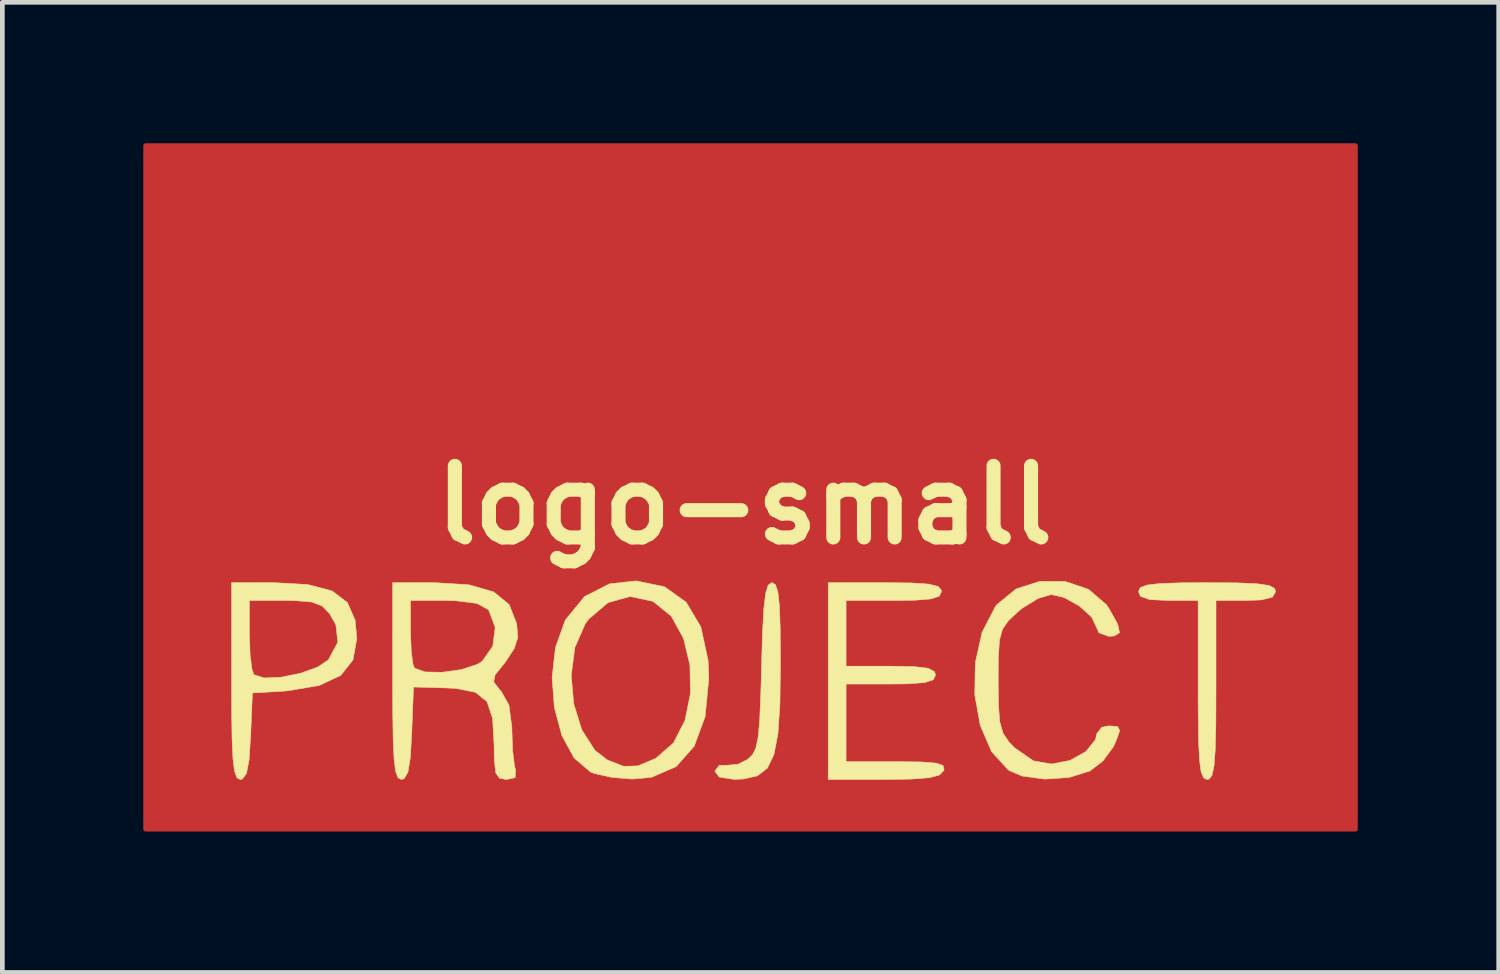
<source format=kicad_pcb>
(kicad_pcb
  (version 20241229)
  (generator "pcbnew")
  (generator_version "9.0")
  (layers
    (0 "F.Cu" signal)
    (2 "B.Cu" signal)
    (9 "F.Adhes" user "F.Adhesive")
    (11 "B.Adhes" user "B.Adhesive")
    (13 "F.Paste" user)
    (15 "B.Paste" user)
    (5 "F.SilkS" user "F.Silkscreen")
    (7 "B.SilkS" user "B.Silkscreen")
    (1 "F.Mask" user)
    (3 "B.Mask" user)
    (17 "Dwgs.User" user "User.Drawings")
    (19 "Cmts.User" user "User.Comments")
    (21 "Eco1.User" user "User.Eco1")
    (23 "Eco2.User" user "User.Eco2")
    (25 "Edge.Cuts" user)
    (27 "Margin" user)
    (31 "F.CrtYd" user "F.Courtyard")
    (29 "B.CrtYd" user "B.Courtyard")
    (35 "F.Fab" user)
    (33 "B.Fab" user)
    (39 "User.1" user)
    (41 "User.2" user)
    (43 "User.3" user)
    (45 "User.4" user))
  (footprint "logo-small"
    (layer "F.Cu")
    (at 12.8 7.7)
    (property "Reference" "logo-small" (at 0 0 0) (layer "F.SilkS") (effects (font (size 1.524 1.524) (thickness 0.3))))
    (attr through_hole)
    (fp_poly (pts (xy -12.75 -7.65) (xy 13 -7.65) (xy 13 6.9) (xy -12.75 6.9)) (stroke (width 0.1) (type solid)) (fill yes) (layer "F.Cu"))
    (fp_poly (pts (xy 7.62 -5.588) (xy 6.223 -5.588) (xy 6.223 -4.064) (xy 7.62 -4.064) (xy 7.62 -3.175) (xy 6.223 -3.175) (xy 6.223 -1.27) (xy 7.823 -1.27) (xy 7.719 -0.381) (xy 5.207 -0.381) (xy 5.207 -6.477) (xy 7.62 -6.477) (xy 7.62 -5.588)) (stroke (width 0.01) (type solid)) (fill yes) (layer "F.Mask"))
    (fp_poly (pts (xy 7.62 -5.588) (xy 6.223 -5.588) (xy 6.223 -4.064) (xy 7.62 -4.064) (xy 7.62 -3.175) (xy 6.223 -3.175) (xy 6.223 -1.27) (xy 7.823 -1.27) (xy 7.719 -0.381) (xy 5.207 -0.381) (xy 5.207 -6.477) (xy 7.62 -6.477) (xy 7.62 -5.588)) (stroke (width 0.01) (type solid)) (fill yes) (layer "F.Mask"))
    (fp_poly (pts (xy 2.694 -5.183) (xy 2.731 -3.889) (xy 3.247 -5.151) (xy 3.764 -6.413) (xy 4.295 -6.453) (xy 4.621 -6.461) (xy 4.808 -6.436) (xy 4.826 -6.418) (xy 4.773 -6.28) (xy 4.63 -5.968) (xy 4.421 -5.536) (xy 4.273 -5.236) (xy 3.721 -4.128) (xy 4.323 -2.248) (xy 4.925 -0.368) (xy 4.403 -0.406) (xy 3.882 -0.445) (xy 3.529 -1.587) (xy 3.331 -2.228) (xy 3.192 -2.658) (xy 3.097 -2.906) (xy 3.027 -3.004) (xy 2.965 -2.982) (xy 2.895 -2.871) (xy 2.853 -2.794) (xy 2.751 -2.463) (xy 2.688 -1.933) (xy 2.671 -1.429) (xy 2.667 -0.381) (xy 1.651 -0.381) (xy 1.651 -6.477) (xy 2.658 -6.477) (xy 2.694 -5.183)) (stroke (width 0.01) (type solid)) (fill yes) (layer "F.Mask"))
    (fp_poly (pts (xy 2.694 -5.183) (xy 2.731 -3.889) (xy 3.247 -5.151) (xy 3.764 -6.413) (xy 4.295 -6.453) (xy 4.621 -6.461) (xy 4.808 -6.436) (xy 4.826 -6.418) (xy 4.773 -6.28) (xy 4.63 -5.968) (xy 4.421 -5.536) (xy 4.273 -5.236) (xy 3.721 -4.128) (xy 4.323 -2.248) (xy 4.925 -0.368) (xy 4.403 -0.406) (xy 3.882 -0.445) (xy 3.529 -1.587) (xy 3.331 -2.228) (xy 3.192 -2.658) (xy 3.097 -2.906) (xy 3.027 -3.004) (xy 2.965 -2.982) (xy 2.895 -2.871) (xy 2.853 -2.794) (xy 2.751 -2.463) (xy 2.688 -1.933) (xy 2.671 -1.429) (xy 2.667 -0.381) (xy 1.651 -0.381) (xy 1.651 -6.477) (xy 2.658 -6.477) (xy 2.694 -5.183)) (stroke (width 0.01) (type solid)) (fill yes) (layer "F.Mask"))
    (fp_poly (pts (xy 9.421 -5.207) (xy 9.549 -4.68) (xy 9.662 -4.26) (xy 9.746 -3.999) (xy 9.779 -3.938) (xy 9.832 -4.053) (xy 9.925 -4.365) (xy 10.044 -4.82) (xy 10.137 -5.207) (xy 10.432 -6.477) (xy 10.931 -6.477) (xy 11.246 -6.468) (xy 11.419 -6.447) (xy 11.43 -6.439) (xy 11.394 -6.311) (xy 11.294 -5.982) (xy 11.142 -5.492) (xy 10.952 -4.882) (xy 10.795 -4.381) (xy 10.546 -3.572) (xy 10.37 -2.946) (xy 10.256 -2.447) (xy 10.191 -2.02) (xy 10.163 -1.61) (xy 10.16 -1.372) (xy 10.16 -0.381) (xy 9.271 -0.381) (xy 9.271 -1.539) (xy 9.262 -2.037) (xy 9.228 -2.468) (xy 9.155 -2.899) (xy 9.03 -3.398) (xy 8.84 -4.032) (xy 8.7 -4.472) (xy 8.497 -5.108) (xy 8.327 -5.658) (xy 8.201 -6.079) (xy 8.135 -6.323) (xy 8.128 -6.362) (xy 8.241 -6.435) (xy 8.521 -6.474) (xy 8.627 -6.477) (xy 9.126 -6.477) (xy 9.421 -5.207)) (stroke (width 0.01) (type solid)) (fill yes) (layer "F.Mask"))
    (fp_poly (pts (xy 9.421 -5.207) (xy 9.549 -4.68) (xy 9.662 -4.26) (xy 9.746 -3.999) (xy 9.779 -3.938) (xy 9.832 -4.053) (xy 9.925 -4.365) (xy 10.044 -4.82) (xy 10.137 -5.207) (xy 10.432 -6.477) (xy 10.931 -6.477) (xy 11.246 -6.468) (xy 11.419 -6.447) (xy 11.43 -6.439) (xy 11.394 -6.311) (xy 11.294 -5.982) (xy 11.142 -5.492) (xy 10.952 -4.882) (xy 10.795 -4.381) (xy 10.546 -3.572) (xy 10.37 -2.946) (xy 10.256 -2.447) (xy 10.191 -2.02) (xy 10.163 -1.61) (xy 10.16 -1.372) (xy 10.16 -0.381) (xy 9.271 -0.381) (xy 9.271 -1.539) (xy 9.262 -2.037) (xy 9.228 -2.468) (xy 9.155 -2.899) (xy 9.03 -3.398) (xy 8.84 -4.032) (xy 8.7 -4.472) (xy 8.497 -5.108) (xy 8.327 -5.658) (xy 8.201 -6.079) (xy 8.135 -6.323) (xy 8.128 -6.362) (xy 8.241 -6.435) (xy 8.521 -6.474) (xy 8.627 -6.477) (xy 9.126 -6.477) (xy 9.421 -5.207)) (stroke (width 0.01) (type solid)) (fill yes) (layer "F.Mask"))
    (fp_poly (pts (xy -3.542 -6.412) (xy -3.143 -6.102) (xy -2.794 -5.711) (xy -2.794 -3.562) (xy -2.8 -2.658) (xy -2.822 -1.972) (xy -2.866 -1.468) (xy -2.939 -1.109) (xy -3.048 -0.86) (xy -3.198 -0.684) (xy -3.328 -0.588) (xy -3.754 -0.411) (xy -4.283 -0.319) (xy -4.771 -0.335) (xy -4.79 -0.339) (xy -5.175 -0.541) (xy -5.495 -0.943) (xy -5.717 -1.494) (xy -5.785 -1.847) (xy -5.833 -2.441) (xy -5.848 -3.125) (xy -5.838 -3.623) (xy -4.823 -3.623) (xy -4.82 -2.97) (xy -4.803 -2.358) (xy -4.772 -1.848) (xy -4.727 -1.497) (xy -4.695 -1.389) (xy -4.467 -1.191) (xy -4.255 -1.143) (xy -3.954 -1.24) (xy -3.814 -1.389) (xy -3.762 -1.618) (xy -3.723 -2.041) (xy -3.698 -2.6) (xy -3.686 -3.235) (xy -3.689 -3.888) (xy -3.706 -4.5) (xy -3.737 -5.01) (xy -3.782 -5.361) (xy -3.814 -5.469) (xy -4.043 -5.669) (xy -4.35 -5.701) (xy -4.622 -5.567) (xy -4.695 -5.469) (xy -4.747 -5.24) (xy -4.786 -4.817) (xy -4.811 -4.258) (xy -4.823 -3.623) (xy -5.838 -3.623) (xy -5.834 -3.843) (xy -5.793 -4.536) (xy -5.729 -5.147) (xy -5.645 -5.618) (xy -5.549 -5.886) (xy -5.141 -6.303) (xy -4.628 -6.533) (xy -4.074 -6.572) (xy -3.542 -6.412)) (stroke (width 0.01) (type solid)) (fill yes) (layer "F.Mask"))
    (fp_poly (pts (xy -3.542 -6.412) (xy -3.143 -6.102) (xy -2.794 -5.711) (xy -2.794 -3.562) (xy -2.8 -2.658) (xy -2.822 -1.972) (xy -2.866 -1.468) (xy -2.939 -1.109) (xy -3.048 -0.86) (xy -3.198 -0.684) (xy -3.328 -0.588) (xy -3.754 -0.411) (xy -4.283 -0.319) (xy -4.771 -0.335) (xy -4.79 -0.339) (xy -5.175 -0.541) (xy -5.495 -0.943) (xy -5.717 -1.494) (xy -5.785 -1.847) (xy -5.833 -2.441) (xy -5.848 -3.125) (xy -5.838 -3.623) (xy -4.823 -3.623) (xy -4.82 -2.97) (xy -4.803 -2.358) (xy -4.772 -1.848) (xy -4.727 -1.497) (xy -4.695 -1.389) (xy -4.467 -1.191) (xy -4.255 -1.143) (xy -3.954 -1.24) (xy -3.814 -1.389) (xy -3.762 -1.618) (xy -3.723 -2.041) (xy -3.698 -2.6) (xy -3.686 -3.235) (xy -3.689 -3.888) (xy -3.706 -4.5) (xy -3.737 -5.01) (xy -3.782 -5.361) (xy -3.814 -5.469) (xy -4.043 -5.669) (xy -4.35 -5.701) (xy -4.622 -5.567) (xy -4.695 -5.469) (xy -4.747 -5.24) (xy -4.786 -4.817) (xy -4.811 -4.258) (xy -4.823 -3.623) (xy -5.838 -3.623) (xy -5.834 -3.843) (xy -5.793 -4.536) (xy -5.729 -5.147) (xy -5.645 -5.618) (xy -5.549 -5.886) (xy -5.141 -6.303) (xy -4.628 -6.533) (xy -4.074 -6.572) (xy -3.542 -6.412)) (stroke (width 0.01) (type solid)) (fill yes) (layer "F.Mask"))
    (fp_poly (pts (xy 0.141 -6.412) (xy 0.54 -6.102) (xy 0.889 -5.711) (xy 0.889 -3.562) (xy 0.883 -2.658) (xy 0.861 -1.972) (xy 0.817 -1.468) (xy 0.744 -1.109) (xy 0.635 -0.86) (xy 0.485 -0.684) (xy 0.355 -0.588) (xy -0.071 -0.411) (xy -0.6 -0.319) (xy -1.088 -0.335) (xy -1.107 -0.339) (xy -1.492 -0.541) (xy -1.812 -0.943) (xy -2.034 -1.494) (xy -2.102 -1.847) (xy -2.15 -2.441) (xy -2.165 -3.125) (xy -2.159 -3.429) (xy -1.143 -3.429) (xy -1.134 -2.754) (xy -1.109 -2.16) (xy -1.072 -1.699) (xy -1.025 -1.424) (xy -1.012 -1.389) (xy -0.784 -1.191) (xy -0.572 -1.143) (xy -0.271 -1.24) (xy -0.131 -1.389) (xy -0.083 -1.602) (xy -0.043 -2.017) (xy -0.014 -2.58) (xy -0.001 -3.238) (xy 0 -3.429) (xy -0.009 -4.104) (xy -0.034 -4.698) (xy -0.071 -5.159) (xy -0.118 -5.434) (xy -0.131 -5.469) (xy -0.36 -5.669) (xy -0.667 -5.701) (xy -0.939 -5.567) (xy -1.012 -5.469) (xy -1.06 -5.256) (xy -1.1 -4.841) (xy -1.129 -4.278) (xy -1.142 -3.62) (xy -1.143 -3.429) (xy -2.159 -3.429) (xy -2.151 -3.843) (xy -2.11 -4.536) (xy -2.046 -5.147) (xy -1.962 -5.618) (xy -1.866 -5.886) (xy -1.458 -6.303) (xy -0.945 -6.533) (xy -0.391 -6.572) (xy 0.141 -6.412)) (stroke (width 0.01) (type solid)) (fill yes) (layer "F.Mask"))
    (fp_poly (pts (xy 0.141 -6.412) (xy 0.54 -6.102) (xy 0.889 -5.711) (xy 0.889 -3.562) (xy 0.883 -2.658) (xy 0.861 -1.972) (xy 0.817 -1.468) (xy 0.744 -1.109) (xy 0.635 -0.86) (xy 0.485 -0.684) (xy 0.355 -0.588) (xy -0.071 -0.411) (xy -0.6 -0.319) (xy -1.088 -0.335) (xy -1.107 -0.339) (xy -1.492 -0.541) (xy -1.812 -0.943) (xy -2.034 -1.494) (xy -2.102 -1.847) (xy -2.15 -2.441) (xy -2.165 -3.125) (xy -2.159 -3.429) (xy -1.143 -3.429) (xy -1.134 -2.754) (xy -1.109 -2.16) (xy -1.072 -1.699) (xy -1.025 -1.424) (xy -1.012 -1.389) (xy -0.784 -1.191) (xy -0.572 -1.143) (xy -0.271 -1.24) (xy -0.131 -1.389) (xy -0.083 -1.602) (xy -0.043 -2.017) (xy -0.014 -2.58) (xy -0.001 -3.238) (xy 0 -3.429) (xy -0.009 -4.104) (xy -0.034 -4.698) (xy -0.071 -5.159) (xy -0.118 -5.434) (xy -0.131 -5.469) (xy -0.36 -5.669) (xy -0.667 -5.701) (xy -0.939 -5.567) (xy -1.012 -5.469) (xy -1.06 -5.256) (xy -1.1 -4.841) (xy -1.129 -4.278) (xy -1.142 -3.62) (xy -1.143 -3.429) (xy -2.159 -3.429) (xy -2.151 -3.843) (xy -2.11 -4.536) (xy -2.046 -5.147) (xy -1.962 -5.618) (xy -1.866 -5.886) (xy -1.458 -6.303) (xy -0.945 -6.533) (xy -0.391 -6.572) (xy 0.141 -6.412)) (stroke (width 0.01) (type solid)) (fill yes) (layer "F.Mask"))
    (fp_poly (pts (xy -8.413 -6.46) (xy -8.321 -6.39) (xy -8.246 -6.236) (xy -8.178 -5.966) (xy -8.107 -5.548) (xy -8.023 -4.95) (xy -7.916 -4.139) (xy -7.89 -3.937) (xy -7.805 -3.314) (xy -7.737 -2.879) (xy -7.679 -2.643) (xy -7.626 -2.613) (xy -7.574 -2.799) (xy -7.516 -3.21) (xy -7.448 -3.855) (xy -7.364 -4.743) (xy -7.354 -4.858) (xy -7.205 -6.477) (xy -6.717 -6.477) (xy -6.404 -6.463) (xy -6.28 -6.387) (xy -6.284 -6.196) (xy -6.297 -6.128) (xy -6.336 -5.9) (xy -6.406 -5.465) (xy -6.501 -4.864) (xy -6.613 -4.142) (xy -6.736 -3.341) (xy -6.771 -3.111) (xy -7.177 -0.445) (xy -7.645 -0.406) (xy -7.817 -0.388) (xy -7.946 -0.389) (xy -8.044 -0.441) (xy -8.122 -0.575) (xy -8.191 -0.824) (xy -8.262 -1.218) (xy -8.346 -1.791) (xy -8.453 -2.573) (xy -8.492 -2.857) (xy -8.581 -3.489) (xy -8.652 -3.916) (xy -8.712 -4.132) (xy -8.771 -4.129) (xy -8.837 -3.899) (xy -8.918 -3.436) (xy -9.023 -2.732) (xy -9.078 -2.349) (xy -9.184 -1.607) (xy -9.266 -1.079) (xy -9.338 -0.729) (xy -9.413 -0.521) (xy -9.506 -0.417) (xy -9.631 -0.383) (xy -9.804 -0.381) (xy -9.849 -0.381) (xy -10.159 -0.422) (xy -10.336 -0.521) (xy -10.345 -0.54) (xy -10.375 -0.7) (xy -10.432 -1.067) (xy -10.512 -1.597) (xy -10.607 -2.245) (xy -10.711 -2.967) (xy -10.818 -3.718) (xy -10.922 -4.454) (xy -11.015 -5.131) (xy -11.093 -5.703) (xy -11.149 -6.127) (xy -11.175 -6.357) (xy -11.177 -6.382) (xy -11.063 -6.441) (xy -10.782 -6.475) (xy -10.668 -6.477) (xy -10.309 -6.44) (xy -10.161 -6.336) (xy -10.158 -6.318) (xy -10.145 -6.087) (xy -10.111 -5.681) (xy -10.062 -5.152) (xy -10.003 -4.552) (xy -9.939 -3.935) (xy -9.877 -3.353) (xy -9.821 -2.859) (xy -9.777 -2.505) (xy -9.751 -2.344) (xy -9.749 -2.34) (xy -9.719 -2.443) (xy -9.665 -2.755) (xy -9.594 -3.234) (xy -9.514 -3.836) (xy -9.476 -4.133) (xy -9.373 -4.954) (xy -9.293 -5.557) (xy -9.222 -5.976) (xy -9.151 -6.243) (xy -9.068 -6.394) (xy -8.962 -6.46) (xy -8.821 -6.477) (xy -8.69 -6.477) (xy -8.533 -6.478) (xy -8.413 -6.46)) (stroke (width 0.01) (type solid)) (fill yes) (layer "F.Mask"))
    (fp_poly (pts (xy -8.39 -6.477) (xy -8.298 -6.407) (xy -8.223 -6.254) (xy -8.155 -5.984) (xy -8.085 -5.566) (xy -8.001 -4.968) (xy -7.894 -4.157) (xy -7.867 -3.955) (xy -7.783 -3.331) (xy -7.714 -2.897) (xy -7.656 -2.66) (xy -7.603 -2.63) (xy -7.551 -2.816) (xy -7.493 -3.228) (xy -7.425 -3.873) (xy -7.342 -4.761) (xy -7.331 -4.875) (xy -7.182 -6.495) (xy -6.694 -6.495) (xy -6.381 -6.481) (xy -6.258 -6.405) (xy -6.262 -6.213) (xy -6.274 -6.145) (xy -6.313 -5.918) (xy -6.383 -5.482) (xy -6.478 -4.882) (xy -6.59 -4.159) (xy -6.713 -3.358) (xy -6.748 -3.129) (xy -7.154 -0.462) (xy -7.623 -0.423) (xy -7.794 -0.406) (xy -7.923 -0.407) (xy -8.021 -0.459) (xy -8.099 -0.593) (xy -8.168 -0.842) (xy -8.239 -1.236) (xy -8.323 -1.808) (xy -8.431 -2.59) (xy -8.47 -2.875) (xy -8.559 -3.507) (xy -8.629 -3.934) (xy -8.69 -4.15) (xy -8.748 -4.147) (xy -8.814 -3.917) (xy -8.895 -3.454) (xy -9 -2.75) (xy -9.055 -2.367) (xy -9.162 -1.625) (xy -9.244 -1.097) (xy -9.315 -0.747) (xy -9.39 -0.538) (xy -9.483 -0.435) (xy -9.609 -0.401) (xy -9.781 -0.398) (xy -9.826 -0.399) (xy -10.136 -0.439) (xy -10.314 -0.539) (xy -10.323 -0.557) (xy -10.352 -0.717) (xy -10.41 -1.085) (xy -10.489 -1.615) (xy -10.584 -2.263) (xy -10.688 -2.985) (xy -10.795 -3.736) (xy -10.899 -4.472) (xy -10.993 -5.148) (xy -11.071 -5.721) (xy -11.126 -6.144) (xy -11.152 -6.375) (xy -11.154 -6.399) (xy -11.041 -6.459) (xy -10.759 -6.492) (xy -10.645 -6.495) (xy -10.286 -6.458) (xy -10.138 -6.353) (xy -10.136 -6.336) (xy -10.122 -6.105) (xy -10.088 -5.699) (xy -10.039 -5.169) (xy -9.98 -4.57) (xy -9.917 -3.952) (xy -9.854 -3.37) (xy -9.799 -2.876) (xy -9.755 -2.523) (xy -9.728 -2.362) (xy -9.726 -2.358) (xy -9.696 -2.461) (xy -9.642 -2.773) (xy -9.572 -3.251) (xy -9.491 -3.854) (xy -9.453 -4.15) (xy -9.351 -4.972) (xy -9.27 -5.575) (xy -9.2 -5.993) (xy -9.129 -6.261) (xy -9.046 -6.411) (xy -8.939 -6.478) (xy -8.799 -6.495) (xy -8.668 -6.495) (xy -8.51 -6.496) (xy -8.39 -6.477)) (stroke (width 0.01) (type solid)) (fill yes) (layer "F.Mask"))
    (fp_poly (pts (xy 0.656 1.694) (xy 0.707 1.846) (xy 0.74 2.143) (xy 0.757 2.62) (xy 0.762 3.313) (xy 0.762 3.374) (xy 0.751 4.231) (xy 0.709 4.867) (xy 0.624 5.312) (xy 0.483 5.601) (xy 0.274 5.763) (xy -0.018 5.831) (xy -0.222 5.84) (xy -0.541 5.791) (xy -0.635 5.663) (xy -0.54 5.537) (xy -0.413 5.542) (xy -0.143 5.517) (xy 0.064 5.414) (xy 0.165 5.318) (xy 0.238 5.174) (xy 0.287 4.941) (xy 0.32 4.573) (xy 0.343 4.03) (xy 0.359 3.44) (xy 0.38 2.711) (xy 0.408 2.202) (xy 0.447 1.878) (xy 0.5 1.706) (xy 0.573 1.651) (xy 0.581 1.651) (xy 0.656 1.694)) (stroke (width 0.01) (type solid)) (fill yes) (layer "F.SilkS"))
    (fp_poly (pts (xy 10.484 1.656) (xy 10.911 1.675) (xy 11.163 1.712) (xy 11.28 1.774) (xy 11.303 1.841) (xy 11.235 1.961) (xy 11 2.02) (xy 10.668 2.032) (xy 10.033 2.032) (xy 10.033 3.937) (xy 10.03 4.683) (xy 10.017 5.21) (xy 9.991 5.553) (xy 9.949 5.749) (xy 9.888 5.832) (xy 9.842 5.842) (xy 9.768 5.807) (xy 9.715 5.68) (xy 9.681 5.425) (xy 9.661 5.007) (xy 9.653 4.39) (xy 9.652 3.937) (xy 9.652 2.032) (xy 9.017 2.032) (xy 8.618 2.012) (xy 8.423 1.941) (xy 8.382 1.841) (xy 8.421 1.758) (xy 8.564 1.702) (xy 8.852 1.669) (xy 9.323 1.654) (xy 9.842 1.651) (xy 10.484 1.656)) (stroke (width 0.01) (type solid)) (fill yes) (layer "F.SilkS"))
    (fp_poly (pts (xy 3.56 1.658) (xy 3.924 1.683) (xy 4.119 1.733) (xy 4.188 1.814) (xy 4.191 1.841) (xy 4.143 1.939) (xy 3.97 1.998) (xy 3.625 2.026) (xy 3.175 2.032) (xy 2.159 2.032) (xy 2.159 3.429) (xy 3.111 3.429) (xy 3.614 3.439) (xy 3.909 3.475) (xy 4.042 3.546) (xy 4.064 3.619) (xy 4.014 3.72) (xy 3.834 3.779) (xy 3.477 3.806) (xy 3.111 3.81) (xy 2.159 3.81) (xy 2.159 5.461) (xy 3.235 5.461) (xy 3.761 5.468) (xy 4.077 5.493) (xy 4.224 5.544) (xy 4.244 5.63) (xy 4.237 5.652) (xy 4.148 5.745) (xy 3.937 5.803) (xy 3.561 5.833) (xy 2.975 5.842) (xy 2.971 5.842) (xy 1.778 5.842) (xy 1.778 1.651) (xy 2.985 1.651) (xy 3.56 1.658)) (stroke (width 0.01) (type solid)) (fill yes) (layer "F.SilkS"))
    (fp_poly (pts (xy -9.297 1.692) (xy -8.783 1.827) (xy -8.456 2.074) (xy -8.29 2.452) (xy -8.255 2.844) (xy -8.337 3.298) (xy -8.597 3.626) (xy -9.052 3.84) (xy -9.724 3.954) (xy -9.906 3.967) (xy -10.477 4) (xy -10.515 4.921) (xy -10.548 5.423) (xy -10.603 5.713) (xy -10.691 5.833) (xy -10.737 5.842) (xy -10.807 5.805) (xy -10.857 5.673) (xy -10.891 5.411) (xy -10.911 4.988) (xy -10.92 4.369) (xy -10.922 3.747) (xy -10.922 2.032) (xy -10.541 2.032) (xy -10.541 2.773) (xy -10.526 3.189) (xy -10.486 3.498) (xy -10.446 3.611) (xy -10.23 3.68) (xy -9.873 3.665) (xy -9.465 3.583) (xy -9.097 3.453) (xy -8.86 3.294) (xy -8.858 3.291) (xy -8.659 2.918) (xy -8.702 2.546) (xy -8.834 2.314) (xy -8.989 2.151) (xy -9.213 2.065) (xy -9.583 2.034) (xy -9.786 2.032) (xy -10.541 2.032) (xy -10.922 2.032) (xy -10.922 1.651) (xy -10.027 1.651) (xy -9.297 1.692)) (stroke (width 0.01) (type solid)) (fill yes) (layer "F.SilkS"))
    (fp_poly (pts (xy -1.705 1.739) (xy -1.244 2.069) (xy -0.932 2.594) (xy -0.778 3.307) (xy -0.762 3.682) (xy -0.841 4.504) (xy -1.074 5.134) (xy -1.457 5.567) (xy -1.985 5.796) (xy -2.398 5.833) (xy -2.826 5.797) (xy -3.192 5.717) (xy -3.28 5.683) (xy -3.63 5.384) (xy -3.89 4.907) (xy -4.05 4.314) (xy -4.099 3.668) (xy -4.093 3.621) (xy -3.691 3.621) (xy -3.639 4.228) (xy -3.467 4.784) (xy -3.187 5.221) (xy -2.921 5.426) (xy -2.573 5.561) (xy -2.273 5.552) (xy -1.897 5.393) (xy -1.889 5.389) (xy -1.515 5.063) (xy -1.27 4.583) (xy -1.154 4.01) (xy -1.165 3.408) (xy -1.302 2.839) (xy -1.563 2.365) (xy -1.949 2.051) (xy -1.952 2.05) (xy -2.438 1.946) (xy -2.91 2.078) (xy -3.319 2.428) (xy -3.395 2.531) (xy -3.614 3.033) (xy -3.691 3.621) (xy -4.093 3.621) (xy -4.027 3.031) (xy -3.824 2.466) (xy -3.807 2.434) (xy -3.407 1.947) (xy -2.876 1.676) (xy -2.31 1.614) (xy -1.705 1.739)) (stroke (width 0.01) (type solid)) (fill yes) (layer "F.SilkS"))
    (fp_poly (pts (xy 6.825 1.626) (xy 7.32 1.794) (xy 7.702 2.123) (xy 7.753 2.199) (xy 7.942 2.538) (xy 7.98 2.718) (xy 7.867 2.787) (xy 7.747 2.794) (xy 7.541 2.719) (xy 7.493 2.613) (xy 7.387 2.387) (xy 7.126 2.151) (xy 6.801 1.969) (xy 6.525 1.905) (xy 6.247 1.987) (xy 5.913 2.193) (xy 5.812 2.276) (xy 5.611 2.466) (xy 5.489 2.642) (xy 5.425 2.871) (xy 5.401 3.221) (xy 5.397 3.733) (xy 5.403 4.271) (xy 5.432 4.623) (xy 5.5 4.856) (xy 5.624 5.04) (xy 5.743 5.166) (xy 6.147 5.445) (xy 6.531 5.512) (xy 6.926 5.436) (xy 7.265 5.245) (xy 7.468 4.992) (xy 7.493 4.87) (xy 7.599 4.731) (xy 7.747 4.699) (xy 7.938 4.714) (xy 7.985 4.802) (xy 7.902 5.031) (xy 7.849 5.147) (xy 7.622 5.452) (xy 7.348 5.661) (xy 6.906 5.799) (xy 6.388 5.834) (xy 5.903 5.768) (xy 5.616 5.644) (xy 5.256 5.249) (xy 5.015 4.692) (xy 4.898 4.04) (xy 4.909 3.358) (xy 5.053 2.71) (xy 5.335 2.164) (xy 5.37 2.117) (xy 5.778 1.785) (xy 6.287 1.622) (xy 6.825 1.626)) (stroke (width 0.01) (type solid)) (fill yes) (layer "F.SilkS"))
    (fp_poly (pts (xy -5.862 1.698) (xy -5.341 1.849) (xy -5.012 2.119) (xy -4.852 2.524) (xy -4.828 2.819) (xy -4.905 3.056) (xy -5.097 3.348) (xy -5.123 3.379) (xy -5.312 3.617) (xy -5.341 3.765) (xy -5.223 3.921) (xy -5.186 3.958) (xy -5.016 4.259) (xy -4.954 4.737) (xy -4.953 4.816) (xy -4.938 5.225) (xy -4.9 5.549) (xy -4.876 5.641) (xy -4.885 5.802) (xy -5.066 5.842) (xy -5.217 5.817) (xy -5.298 5.701) (xy -5.329 5.435) (xy -5.334 5.104) (xy -5.365 4.543) (xy -5.484 4.185) (xy -5.729 3.987) (xy -6.137 3.904) (xy -6.357 3.893) (xy -7.048 3.873) (xy -7.086 4.858) (xy -7.116 5.378) (xy -7.167 5.686) (xy -7.247 5.824) (xy -7.308 5.842) (xy -7.378 5.805) (xy -7.428 5.673) (xy -7.462 5.413) (xy -7.482 4.99) (xy -7.491 4.372) (xy -7.493 3.747) (xy -7.493 2.032) (xy -7.112 2.032) (xy -7.112 2.709) (xy -7.097 3.105) (xy -7.06 3.388) (xy -7.027 3.471) (xy -6.804 3.552) (xy -6.441 3.559) (xy -6.039 3.503) (xy -5.698 3.394) (xy -5.586 3.326) (xy -5.361 3.002) (xy -5.31 2.603) (xy -5.446 2.241) (xy -5.461 2.223) (xy -5.702 2.093) (xy -6.162 2.036) (xy -6.366 2.032) (xy -7.112 2.032) (xy -7.493 2.032) (xy -7.493 1.651) (xy -6.598 1.651) (xy -5.862 1.698)) (stroke (width 0.01) (type solid)) (fill yes) (layer "F.SilkS")))
  (gr_rect
    (start -3 -3)
    (end 28.85 17.65)
    (stroke (width 0.1) (type default))
    (fill no)
    (layer "Edge.Cuts")))
</source>
